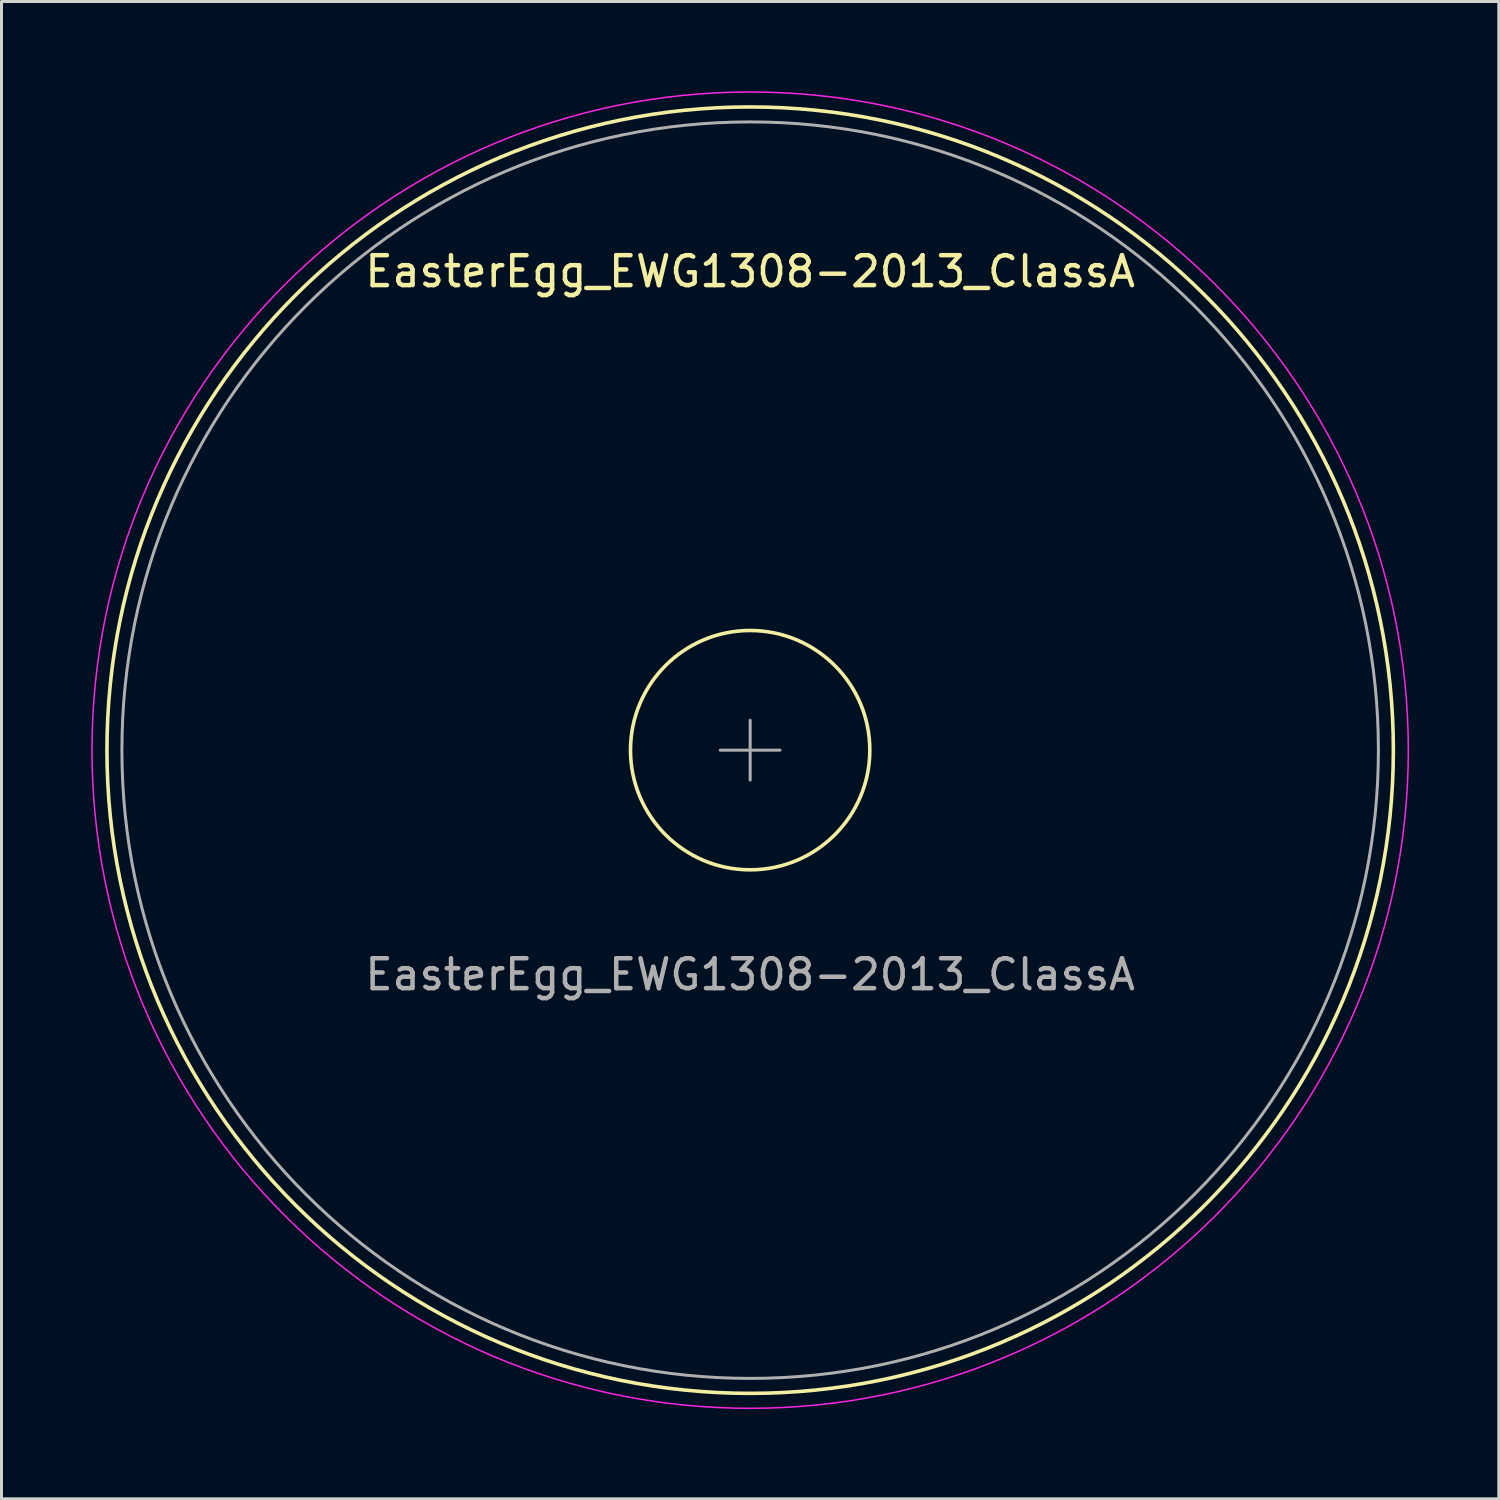
<source format=kicad_pcb>
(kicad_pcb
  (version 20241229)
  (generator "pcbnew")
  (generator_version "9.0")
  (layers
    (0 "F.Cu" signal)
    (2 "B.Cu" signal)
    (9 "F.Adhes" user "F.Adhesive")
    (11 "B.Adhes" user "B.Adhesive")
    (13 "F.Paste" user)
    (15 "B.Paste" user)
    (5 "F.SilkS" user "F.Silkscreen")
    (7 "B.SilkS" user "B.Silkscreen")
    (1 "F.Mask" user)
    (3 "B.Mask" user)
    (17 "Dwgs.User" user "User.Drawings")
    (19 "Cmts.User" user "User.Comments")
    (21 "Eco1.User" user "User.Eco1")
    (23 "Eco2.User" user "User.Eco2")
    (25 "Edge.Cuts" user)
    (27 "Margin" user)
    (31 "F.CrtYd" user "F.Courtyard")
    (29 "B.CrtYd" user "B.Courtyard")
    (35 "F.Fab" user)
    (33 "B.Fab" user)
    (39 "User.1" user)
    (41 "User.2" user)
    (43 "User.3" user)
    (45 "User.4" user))
  (footprint "EasterEgg_EWG1308-2013_ClassA"
    (layer "F.Cu")
    (at 22.025 22.025)
    (property "Reference" "EasterEgg_EWG1308-2013_ClassA" (at 0 -16 0) (unlocked yes) (layer "F.SilkS") (effects (font (size 1 1) (thickness 0.15))))
    (attr exclude_from_pos_files exclude_from_bom)
    (fp_circle (center 0 0) (end 0 -21.5) (stroke (width 0.12) (type default)) (fill no) (layer "F.SilkS"))
    (fp_circle (center 0 0) (end 4 0) (stroke (width 0.12) (type default)) (fill no) (layer "F.SilkS"))
    (fp_circle (center 0 0) (end 0 -22) (stroke (width 0.05) (type default)) (fill no) (layer "F.CrtYd"))
    (fp_line (start 0 -1) (end 0 1) (stroke (width 0.1) (type default)) (layer "F.Fab"))
    (fp_line (start 1 0) (end -1 0) (stroke (width 0.1) (type default)) (layer "F.Fab"))
    (fp_circle (center 0 0) (end 0 -21) (stroke (width 0.1) (type default)) (fill no) (layer "F.Fab"))
    (fp_text user "${REFERENCE}" (at 0 7.5 0) (unlocked yes) (layer "F.Fab") (effects (font (size 1 1) (thickness 0.15)))))
  (gr_rect
    (start -3 -3)
    (end 47.05 47.05)
    (stroke (width 0.1) (type default))
    (fill no)
    (layer "Edge.Cuts")))
</source>
